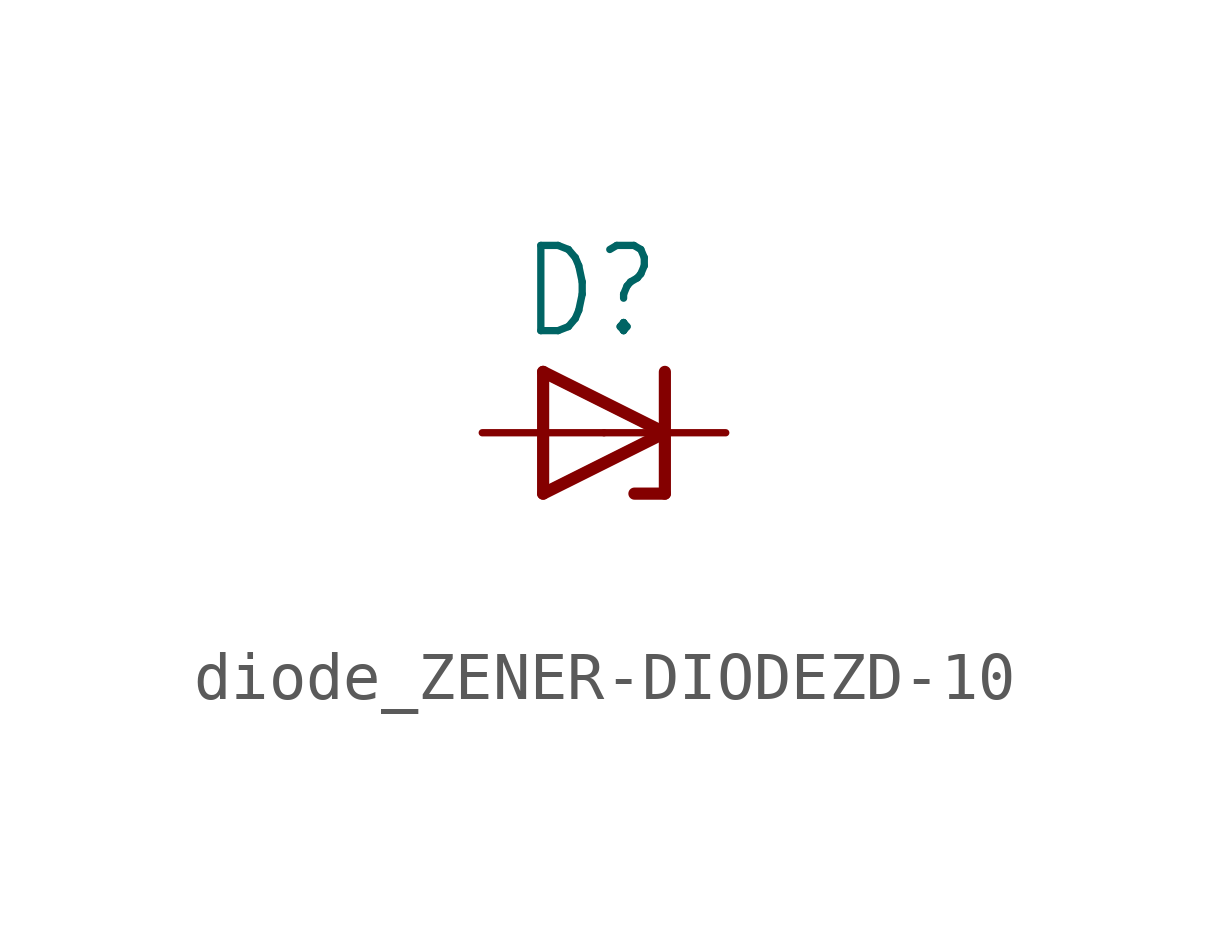
<source format=kicad_sym>
(kicad_symbol_lib
  (version 20241209)
  (generator "kicad_symbol_editor")
  (generator_version "9.0")
  (symbol "diode_ZENER-DIODEZD-10"
    (property "Reference" "D"
      (at -1.778 1.905 0)
      (effects (font (size 1.778 1.511)) (justify left bottom)))
    (property "Value" ""
      (at -1.778 -3.429 0)
      (effects (font (size 1.778 1.511)) (justify left bottom)))
    (property "ki_locked" ""
      (at 0 0 0)
      (effects (font (size 1.27 1.27))))
    (symbol "diode_ZENER-DIODEZD-10_1_0"
      (polyline (pts (xy -1.27 1.27) (xy -1.27 -1.27)) (stroke (width 0.254) (type solid)) (fill (type none)))
      (polyline (pts (xy -1.27 -1.27) (xy 1.27 0)) (stroke (width 0.254) (type solid)) (fill (type none)))
      (polyline (pts (xy 1.27 1.27) (xy 1.27 0)) (stroke (width 0.254) (type solid)) (fill (type none)))
      (polyline (pts (xy 1.27 0) (xy -1.27 1.27)) (stroke (width 0.254) (type solid)) (fill (type none)))
      (polyline (pts (xy 1.27 0) (xy 1.27 -1.27)) (stroke (width 0.254) (type solid)) (fill (type none)))
      (polyline (pts (xy 1.27 -1.27) (xy 0.635 -1.27)) (stroke (width 0.254) (type solid)) (fill (type none)))
      (pin passive line (at -2.54 0 0) (length 2.54) (name "A" (effects (font (size 0 0)))) (number "A" (effects (font (size 0 0)))))
      (pin passive line (at 2.54 0 180) (length 2.54) (name "C" (effects (font (size 0 0)))) (number "C" (effects (font (size 0 0))))))))
</source>
